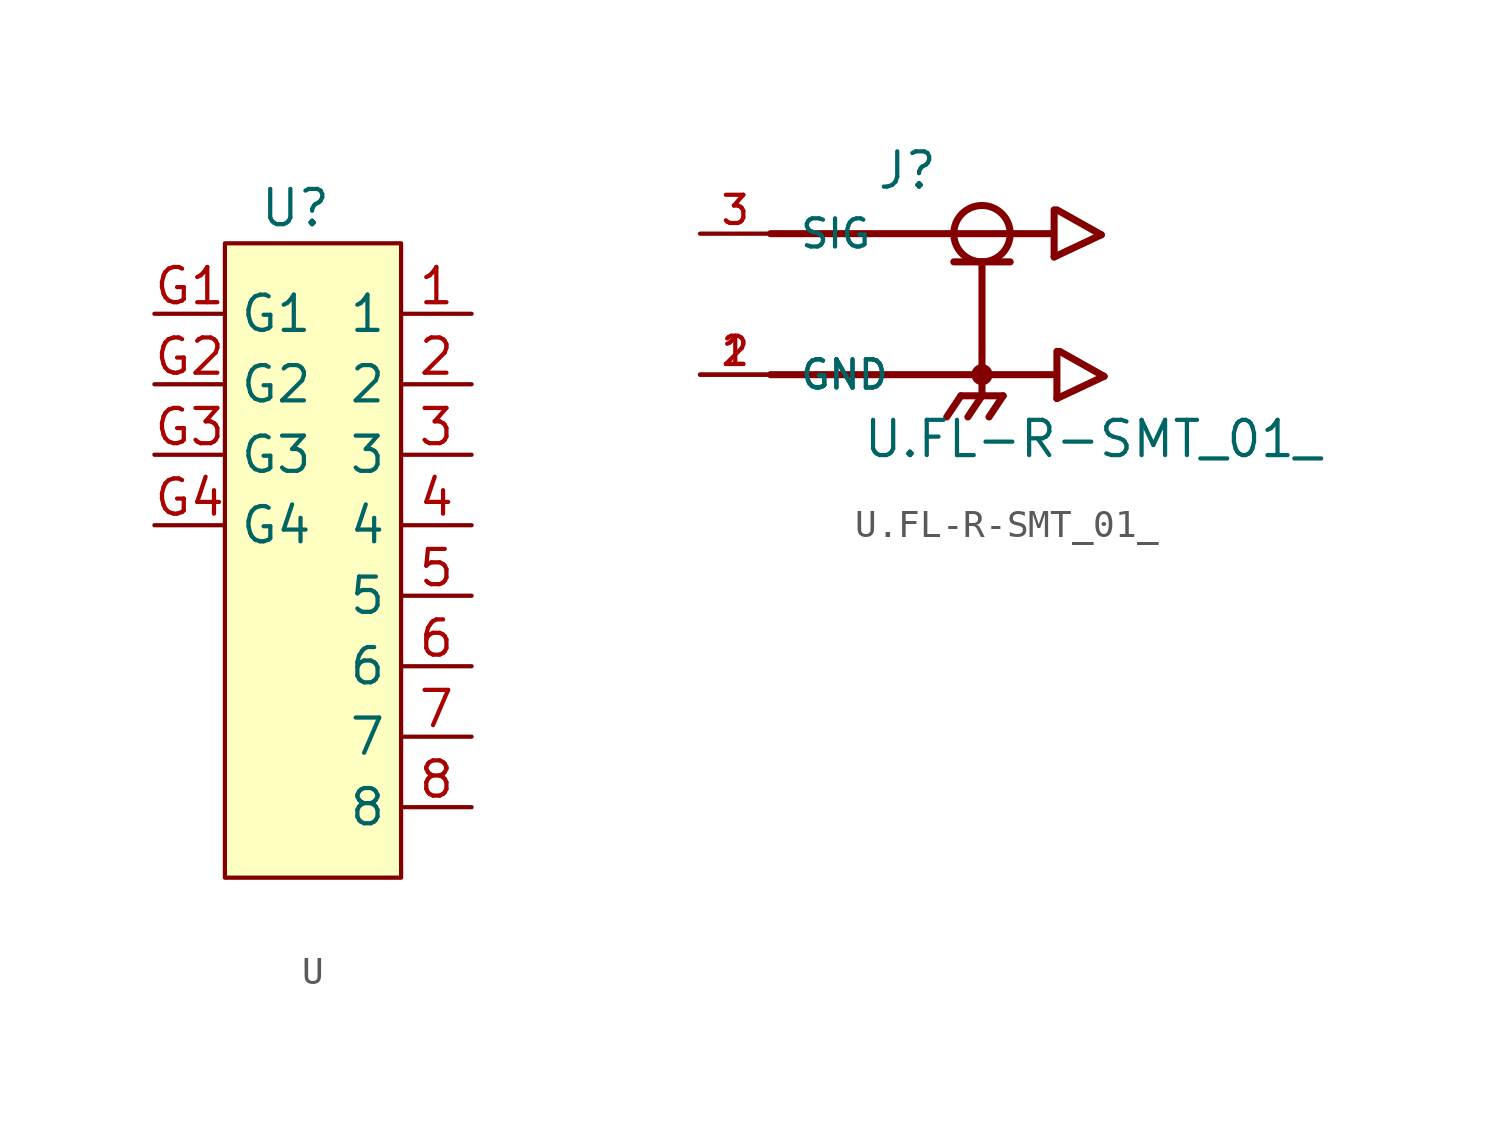
<source format=kicad_sym>
(kicad_symbol_lib
  (version 20231120)
  (generator "kicad_symbol_editor")
  (generator_version "8.0")
  (symbol "U"
    (property "Reference" "U"
      (at 0 0 0)
      (effects (font (size 1.27 1.27))))
    (property "Value" ""
      (at 0 0 0)
      (effects (font (size 1.27 1.27))))
    (symbol "U_1_1"
      (rectangle (start -2.54 -1.27) (end 3.81 -24.13) (stroke (width 0) (type default)) (fill (type background)))
      (pin input line (at 6.35 -3.81 180) (length 2.54) (name "1" (effects (font (size 1.27 1.27)))) (number "1" (effects (font (size 1.27 1.27)))))
      (pin input line (at 6.35 -6.35 180) (length 2.54) (name "2" (effects (font (size 1.27 1.27)))) (number "2" (effects (font (size 1.27 1.27)))))
      (pin input line (at 6.35 -8.89 180) (length 2.54) (name "3" (effects (font (size 1.27 1.27)))) (number "3" (effects (font (size 1.27 1.27)))))
      (pin input line (at 6.35 -11.43 180) (length 2.54) (name "4" (effects (font (size 1.27 1.27)))) (number "4" (effects (font (size 1.27 1.27)))))
      (pin input line (at 6.35 -13.97 180) (length 2.54) (name "5" (effects (font (size 1.27 1.27)))) (number "5" (effects (font (size 1.27 1.27)))))
      (pin input line (at 6.35 -16.51 180) (length 2.54) (name "6" (effects (font (size 1.27 1.27)))) (number "6" (effects (font (size 1.27 1.27)))))
      (pin input line (at 6.35 -19.05 180) (length 2.54) (name "7" (effects (font (size 1.27 1.27)))) (number "7" (effects (font (size 1.27 1.27)))))
      (pin input line (at 6.35 -21.59 180) (length 2.54) (name "8" (effects (font (size 1.27 1.27)))) (number "8" (effects (font (size 1.27 1.27)))))
      (pin input line (at -5.08 -3.81 0) (length 2.54) (name "G1" (effects (font (size 1.27 1.27)))) (number "G1" (effects (font (size 1.27 1.27)))))
      (pin input line (at -5.08 -6.35 0) (length 2.54) (name "G2" (effects (font (size 1.27 1.27)))) (number "G2" (effects (font (size 1.27 1.27)))))
      (pin input line (at -5.08 -8.89 0) (length 2.54) (name "G3" (effects (font (size 1.27 1.27)))) (number "G3" (effects (font (size 1.27 1.27)))))
      (pin input line (at -5.08 -11.43 0) (length 2.54) (name "G4" (effects (font (size 1.27 1.27)))) (number "G4" (effects (font (size 1.27 1.27)))))))
  (symbol "U.FL-R-SMT_01_"
    (pin_names
      (offset 1.016))
    (property "Reference" "J"
      (at -3.819 4.073 0)
      (effects (font (size 1.27 1.27)) (justify left bottom)))
    (property "Value" "U.FL-R-SMT_01_"
      (at -4.328 -5.601 0)
      (effects (font (size 1.27 1.27)) (justify left bottom)))
    (symbol "U.FL-R-SMT_01__0_0"
      (circle (center 0 -2.54) (radius 0.254) (stroke (width 0.254) (type default)) (fill (type none)))
      (polyline (pts (xy -7.62 -2.54) (xy 0 -2.54)) (stroke (width 0.254) (type default)) (fill (type none)))
      (polyline (pts (xy -7.62 2.54) (xy 2.54 2.54)) (stroke (width 0.254) (type default)) (fill (type none)))
      (polyline (pts (xy -1.016 1.524) (xy 0 1.524)) (stroke (width 0.254) (type default)) (fill (type none)))
      (polyline (pts (xy -0.762 -3.302) (xy -1.27 -4.064)) (stroke (width 0.254) (type default)) (fill (type none)))
      (polyline (pts (xy 0 -3.302) (xy -0.762 -3.302)) (stroke (width 0.254) (type default)) (fill (type none)))
      (polyline (pts (xy 0 -3.302) (xy -0.508 -4.064)) (stroke (width 0.254) (type default)) (fill (type none)))
      (polyline (pts (xy 0 -3.302) (xy 0.762 -3.302)) (stroke (width 0.254) (type default)) (fill (type none)))
      (polyline (pts (xy 0 -2.54) (xy 0 -3.302)) (stroke (width 0.254) (type default)) (fill (type none)))
      (polyline (pts (xy 0 1.524) (xy 0 -2.54)) (stroke (width 0.254) (type default)) (fill (type none)))
      (polyline (pts (xy 0 1.524) (xy 1.016 1.524)) (stroke (width 0.254) (type default)) (fill (type none)))
      (polyline (pts (xy 0.762 -3.302) (xy 0.254 -4.064)) (stroke (width 0.254) (type default)) (fill (type none)))
      (polyline (pts (xy 2.54 -2.54) (xy 0 -2.54)) (stroke (width 0.254) (type default)) (fill (type none)))
      (polyline (pts (xy 2.6 1.7) (xy 4.3 2.5)) (stroke (width 0.254) (type default)) (fill (type none)))
      (polyline (pts (xy 2.6 3.4) (xy 2.6 1.7)) (stroke (width 0.254) (type default)) (fill (type none)))
      (polyline (pts (xy 2.7 -3.4) (xy 4.4 -2.6)) (stroke (width 0.254) (type default)) (fill (type none)))
      (polyline (pts (xy 2.7 -1.7) (xy 2.7 -3.4)) (stroke (width 0.254) (type default)) (fill (type none)))
      (polyline (pts (xy 4.3 2.5) (xy 2.7 3.4)) (stroke (width 0.254) (type default)) (fill (type none)))
      (polyline (pts (xy 4.4 -2.6) (xy 2.8 -1.7)) (stroke (width 0.254) (type default)) (fill (type none)))
      (circle (center 0 2.54) (radius 1.016) (stroke (width 0.254) (type default)) (fill (type none)))
      (pin passive line (at -10.16 -2.54 0) (length 2.54) (name "GND" (effects (font (size 1.016 1.016)))) (number "1" (effects (font (size 1.016 1.016)))))
      (pin passive line (at -10.16 -2.54 0) (length 2.54) (name "GND" (effects (font (size 1.016 1.016)))) (number "2" (effects (font (size 1.016 1.016)))))
      (pin passive line (at -10.16 2.54 0) (length 2.54) (name "SIG" (effects (font (size 1.016 1.016)))) (number "3" (effects (font (size 1.016 1.016))))))))
</source>
